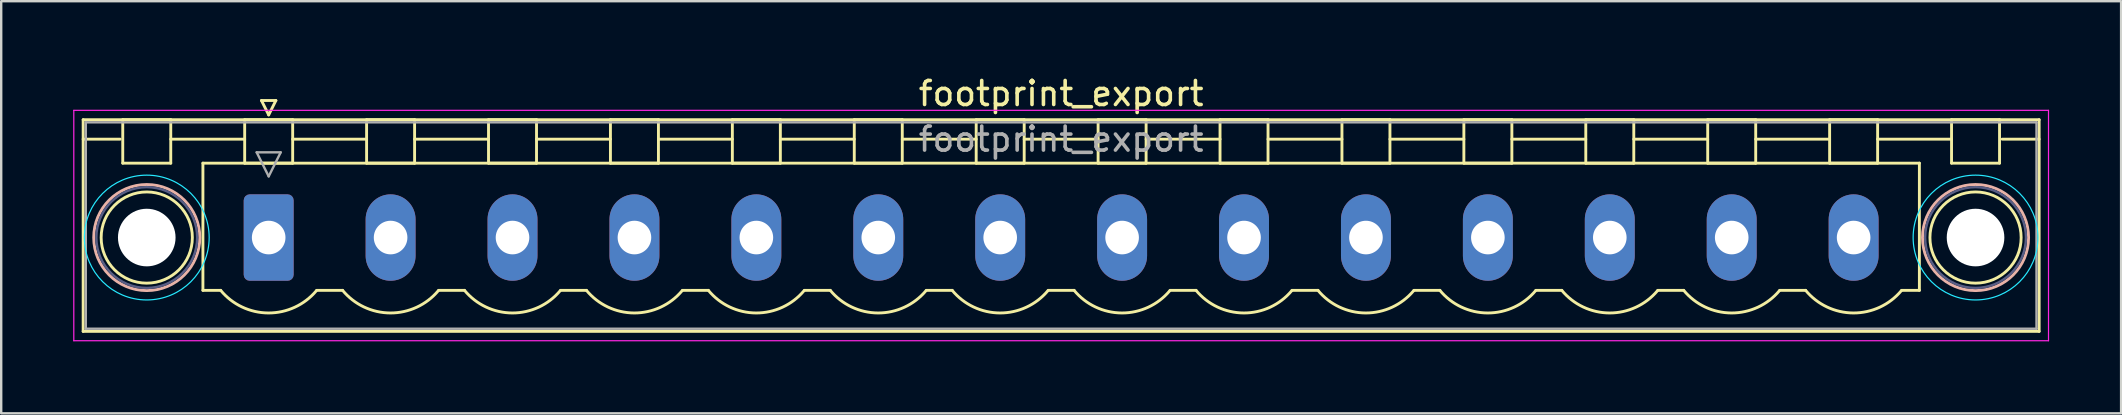
<source format=kicad_pcb>
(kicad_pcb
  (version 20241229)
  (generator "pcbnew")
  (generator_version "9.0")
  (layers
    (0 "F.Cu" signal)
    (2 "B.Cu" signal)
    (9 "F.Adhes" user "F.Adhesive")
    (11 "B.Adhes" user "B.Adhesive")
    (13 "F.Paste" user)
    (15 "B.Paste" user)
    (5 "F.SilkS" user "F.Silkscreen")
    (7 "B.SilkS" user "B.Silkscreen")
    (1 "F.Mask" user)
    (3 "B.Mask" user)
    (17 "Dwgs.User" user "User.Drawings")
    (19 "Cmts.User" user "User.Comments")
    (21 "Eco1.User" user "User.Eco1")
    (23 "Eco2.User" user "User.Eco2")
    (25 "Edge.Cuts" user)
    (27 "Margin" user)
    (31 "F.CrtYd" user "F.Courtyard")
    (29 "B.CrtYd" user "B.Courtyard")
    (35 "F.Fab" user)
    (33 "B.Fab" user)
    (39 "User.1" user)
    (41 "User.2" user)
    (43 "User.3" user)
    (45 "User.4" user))
  (footprint "footprint_export"
    (layer "F.Cu")
    (at 8.145 6.848)
    (property "Reference" "footprint_export" (at 33.02 -6 0) (layer "F.SilkS") (effects (font (size 1 1) (thickness 0.15))))
    (attr through_hole)
    (fp_line (start -7.73 -4.91) (end -7.73 3.91) (stroke (width 0.12) (type solid)) (layer "F.SilkS"))
    (fp_line (start -7.73 -4.1) (end -6.19 -4.1) (stroke (width 0.12) (type solid)) (layer "F.SilkS"))
    (fp_line (start -7.73 3.91) (end 73.77 3.91) (stroke (width 0.12) (type solid)) (layer "F.SilkS"))
    (fp_line (start -6.08 -4.91) (end -4.08 -4.91) (stroke (width 0.12) (type solid)) (layer "F.SilkS"))
    (fp_line (start -6.08 -3.1) (end -6.08 -4.91) (stroke (width 0.12) (type solid)) (layer "F.SilkS"))
    (fp_line (start -4.08 -4.91) (end -4.08 -3.1) (stroke (width 0.12) (type solid)) (layer "F.SilkS"))
    (fp_line (start -4.08 -4.1) (end -1 -4.1) (stroke (width 0.12) (type solid)) (layer "F.SilkS"))
    (fp_line (start -4.08 -3.1) (end -6.08 -3.1) (stroke (width 0.12) (type solid)) (layer "F.SilkS"))
    (fp_line (start -2.74 -3.1) (end 68.78 -3.1) (stroke (width 0.12) (type solid)) (layer "F.SilkS"))
    (fp_line (start -2.74 2.2) (end -2.74 -3.1) (stroke (width 0.12) (type solid)) (layer "F.SilkS"))
    (fp_line (start -2 2.2) (end -2.74 2.2) (stroke (width 0.12) (type solid)) (layer "F.SilkS"))
    (fp_line (start -1 -4.91) (end 1 -4.91) (stroke (width 0.12) (type solid)) (layer "F.SilkS"))
    (fp_line (start -1 -3.1) (end -1 -4.91) (stroke (width 0.12) (type solid)) (layer "F.SilkS"))
    (fp_line (start -0.3 -5.71) (end 0.3 -5.71) (stroke (width 0.12) (type solid)) (layer "F.SilkS"))
    (fp_line (start 0 -5.11) (end -0.3 -5.71) (stroke (width 0.12) (type solid)) (layer "F.SilkS"))
    (fp_line (start 0.3 -5.71) (end 0 -5.11) (stroke (width 0.12) (type solid)) (layer "F.SilkS"))
    (fp_line (start 1 -4.91) (end 1 -3.1) (stroke (width 0.12) (type solid)) (layer "F.SilkS"))
    (fp_line (start 1 -4.1) (end 4.08 -4.1) (stroke (width 0.12) (type solid)) (layer "F.SilkS"))
    (fp_line (start 1 -3.1) (end -1 -3.1) (stroke (width 0.12) (type solid)) (layer "F.SilkS"))
    (fp_line (start 2 2.2) (end 3.08 2.2) (stroke (width 0.12) (type solid)) (layer "F.SilkS"))
    (fp_line (start 4.08 -4.91) (end 6.08 -4.91) (stroke (width 0.12) (type solid)) (layer "F.SilkS"))
    (fp_line (start 4.08 -3.1) (end 4.08 -4.91) (stroke (width 0.12) (type solid)) (layer "F.SilkS"))
    (fp_line (start 6.08 -4.91) (end 6.08 -3.1) (stroke (width 0.12) (type solid)) (layer "F.SilkS"))
    (fp_line (start 6.08 -4.1) (end 9.16 -4.1) (stroke (width 0.12) (type solid)) (layer "F.SilkS"))
    (fp_line (start 6.08 -3.1) (end 4.08 -3.1) (stroke (width 0.12) (type solid)) (layer "F.SilkS"))
    (fp_line (start 7.08 2.2) (end 8.16 2.2) (stroke (width 0.12) (type solid)) (layer "F.SilkS"))
    (fp_line (start 9.16 -4.91) (end 11.16 -4.91) (stroke (width 0.12) (type solid)) (layer "F.SilkS"))
    (fp_line (start 9.16 -3.1) (end 9.16 -4.91) (stroke (width 0.12) (type solid)) (layer "F.SilkS"))
    (fp_line (start 11.16 -4.91) (end 11.16 -3.1) (stroke (width 0.12) (type solid)) (layer "F.SilkS"))
    (fp_line (start 11.16 -4.1) (end 14.24 -4.1) (stroke (width 0.12) (type solid)) (layer "F.SilkS"))
    (fp_line (start 11.16 -3.1) (end 9.16 -3.1) (stroke (width 0.12) (type solid)) (layer "F.SilkS"))
    (fp_line (start 12.16 2.2) (end 13.24 2.2) (stroke (width 0.12) (type solid)) (layer "F.SilkS"))
    (fp_line (start 14.24 -4.91) (end 16.24 -4.91) (stroke (width 0.12) (type solid)) (layer "F.SilkS"))
    (fp_line (start 14.24 -3.1) (end 14.24 -4.91) (stroke (width 0.12) (type solid)) (layer "F.SilkS"))
    (fp_line (start 16.24 -4.91) (end 16.24 -3.1) (stroke (width 0.12) (type solid)) (layer "F.SilkS"))
    (fp_line (start 16.24 -4.1) (end 19.32 -4.1) (stroke (width 0.12) (type solid)) (layer "F.SilkS"))
    (fp_line (start 16.24 -3.1) (end 14.24 -3.1) (stroke (width 0.12) (type solid)) (layer "F.SilkS"))
    (fp_line (start 17.24 2.2) (end 18.32 2.2) (stroke (width 0.12) (type solid)) (layer "F.SilkS"))
    (fp_line (start 19.32 -4.91) (end 21.32 -4.91) (stroke (width 0.12) (type solid)) (layer "F.SilkS"))
    (fp_line (start 19.32 -3.1) (end 19.32 -4.91) (stroke (width 0.12) (type solid)) (layer "F.SilkS"))
    (fp_line (start 21.32 -4.91) (end 21.32 -3.1) (stroke (width 0.12) (type solid)) (layer "F.SilkS"))
    (fp_line (start 21.32 -4.1) (end 24.4 -4.1) (stroke (width 0.12) (type solid)) (layer "F.SilkS"))
    (fp_line (start 21.32 -3.1) (end 19.32 -3.1) (stroke (width 0.12) (type solid)) (layer "F.SilkS"))
    (fp_line (start 22.32 2.2) (end 23.4 2.2) (stroke (width 0.12) (type solid)) (layer "F.SilkS"))
    (fp_line (start 24.4 -4.91) (end 26.4 -4.91) (stroke (width 0.12) (type solid)) (layer "F.SilkS"))
    (fp_line (start 24.4 -3.1) (end 24.4 -4.91) (stroke (width 0.12) (type solid)) (layer "F.SilkS"))
    (fp_line (start 26.4 -4.91) (end 26.4 -3.1) (stroke (width 0.12) (type solid)) (layer "F.SilkS"))
    (fp_line (start 26.4 -4.1) (end 29.48 -4.1) (stroke (width 0.12) (type solid)) (layer "F.SilkS"))
    (fp_line (start 26.4 -3.1) (end 24.4 -3.1) (stroke (width 0.12) (type solid)) (layer "F.SilkS"))
    (fp_line (start 27.4 2.2) (end 28.48 2.2) (stroke (width 0.12) (type solid)) (layer "F.SilkS"))
    (fp_line (start 29.48 -4.91) (end 31.48 -4.91) (stroke (width 0.12) (type solid)) (layer "F.SilkS"))
    (fp_line (start 29.48 -3.1) (end 29.48 -4.91) (stroke (width 0.12) (type solid)) (layer "F.SilkS"))
    (fp_line (start 31.48 -4.91) (end 31.48 -3.1) (stroke (width 0.12) (type solid)) (layer "F.SilkS"))
    (fp_line (start 31.48 -4.1) (end 34.56 -4.1) (stroke (width 0.12) (type solid)) (layer "F.SilkS"))
    (fp_line (start 31.48 -3.1) (end 29.48 -3.1) (stroke (width 0.12) (type solid)) (layer "F.SilkS"))
    (fp_line (start 32.48 2.2) (end 33.56 2.2) (stroke (width 0.12) (type solid)) (layer "F.SilkS"))
    (fp_line (start 34.56 -4.91) (end 36.56 -4.91) (stroke (width 0.12) (type solid)) (layer "F.SilkS"))
    (fp_line (start 34.56 -3.1) (end 34.56 -4.91) (stroke (width 0.12) (type solid)) (layer "F.SilkS"))
    (fp_line (start 36.56 -4.91) (end 36.56 -3.1) (stroke (width 0.12) (type solid)) (layer "F.SilkS"))
    (fp_line (start 36.56 -4.1) (end 39.64 -4.1) (stroke (width 0.12) (type solid)) (layer "F.SilkS"))
    (fp_line (start 36.56 -3.1) (end 34.56 -3.1) (stroke (width 0.12) (type solid)) (layer "F.SilkS"))
    (fp_line (start 37.56 2.2) (end 38.64 2.2) (stroke (width 0.12) (type solid)) (layer "F.SilkS"))
    (fp_line (start 39.64 -4.91) (end 41.64 -4.91) (stroke (width 0.12) (type solid)) (layer "F.SilkS"))
    (fp_line (start 39.64 -3.1) (end 39.64 -4.91) (stroke (width 0.12) (type solid)) (layer "F.SilkS"))
    (fp_line (start 41.64 -4.91) (end 41.64 -3.1) (stroke (width 0.12) (type solid)) (layer "F.SilkS"))
    (fp_line (start 41.64 -4.1) (end 44.72 -4.1) (stroke (width 0.12) (type solid)) (layer "F.SilkS"))
    (fp_line (start 41.64 -3.1) (end 39.64 -3.1) (stroke (width 0.12) (type solid)) (layer "F.SilkS"))
    (fp_line (start 42.64 2.2) (end 43.72 2.2) (stroke (width 0.12) (type solid)) (layer "F.SilkS"))
    (fp_line (start 44.72 -4.91) (end 46.72 -4.91) (stroke (width 0.12) (type solid)) (layer "F.SilkS"))
    (fp_line (start 44.72 -3.1) (end 44.72 -4.91) (stroke (width 0.12) (type solid)) (layer "F.SilkS"))
    (fp_line (start 46.72 -4.91) (end 46.72 -3.1) (stroke (width 0.12) (type solid)) (layer "F.SilkS"))
    (fp_line (start 46.72 -4.1) (end 49.8 -4.1) (stroke (width 0.12) (type solid)) (layer "F.SilkS"))
    (fp_line (start 46.72 -3.1) (end 44.72 -3.1) (stroke (width 0.12) (type solid)) (layer "F.SilkS"))
    (fp_line (start 47.72 2.2) (end 48.8 2.2) (stroke (width 0.12) (type solid)) (layer "F.SilkS"))
    (fp_line (start 49.8 -4.91) (end 51.8 -4.91) (stroke (width 0.12) (type solid)) (layer "F.SilkS"))
    (fp_line (start 49.8 -3.1) (end 49.8 -4.91) (stroke (width 0.12) (type solid)) (layer "F.SilkS"))
    (fp_line (start 51.8 -4.91) (end 51.8 -3.1) (stroke (width 0.12) (type solid)) (layer "F.SilkS"))
    (fp_line (start 51.8 -4.1) (end 54.88 -4.1) (stroke (width 0.12) (type solid)) (layer "F.SilkS"))
    (fp_line (start 51.8 -3.1) (end 49.8 -3.1) (stroke (width 0.12) (type solid)) (layer "F.SilkS"))
    (fp_line (start 52.8 2.2) (end 53.88 2.2) (stroke (width 0.12) (type solid)) (layer "F.SilkS"))
    (fp_line (start 54.88 -4.91) (end 56.88 -4.91) (stroke (width 0.12) (type solid)) (layer "F.SilkS"))
    (fp_line (start 54.88 -3.1) (end 54.88 -4.91) (stroke (width 0.12) (type solid)) (layer "F.SilkS"))
    (fp_line (start 56.88 -4.91) (end 56.88 -3.1) (stroke (width 0.12) (type solid)) (layer "F.SilkS"))
    (fp_line (start 56.88 -4.1) (end 59.96 -4.1) (stroke (width 0.12) (type solid)) (layer "F.SilkS"))
    (fp_line (start 56.88 -3.1) (end 54.88 -3.1) (stroke (width 0.12) (type solid)) (layer "F.SilkS"))
    (fp_line (start 57.88 2.2) (end 58.96 2.2) (stroke (width 0.12) (type solid)) (layer "F.SilkS"))
    (fp_line (start 59.96 -4.91) (end 61.96 -4.91) (stroke (width 0.12) (type solid)) (layer "F.SilkS"))
    (fp_line (start 59.96 -3.1) (end 59.96 -4.91) (stroke (width 0.12) (type solid)) (layer "F.SilkS"))
    (fp_line (start 61.96 -4.91) (end 61.96 -3.1) (stroke (width 0.12) (type solid)) (layer "F.SilkS"))
    (fp_line (start 61.96 -4.1) (end 65.04 -4.1) (stroke (width 0.12) (type solid)) (layer "F.SilkS"))
    (fp_line (start 61.96 -3.1) (end 59.96 -3.1) (stroke (width 0.12) (type solid)) (layer "F.SilkS"))
    (fp_line (start 62.96 2.2) (end 64.04 2.2) (stroke (width 0.12) (type solid)) (layer "F.SilkS"))
    (fp_line (start 65.04 -4.91) (end 67.04 -4.91) (stroke (width 0.12) (type solid)) (layer "F.SilkS"))
    (fp_line (start 65.04 -3.1) (end 65.04 -4.91) (stroke (width 0.12) (type solid)) (layer "F.SilkS"))
    (fp_line (start 67.04 -4.91) (end 67.04 -3.1) (stroke (width 0.12) (type solid)) (layer "F.SilkS"))
    (fp_line (start 67.04 -4.1) (end 70.12 -4.1) (stroke (width 0.12) (type solid)) (layer "F.SilkS"))
    (fp_line (start 67.04 -3.1) (end 65.04 -3.1) (stroke (width 0.12) (type solid)) (layer "F.SilkS"))
    (fp_line (start 68.78 -3.1) (end 68.78 2.2) (stroke (width 0.12) (type solid)) (layer "F.SilkS"))
    (fp_line (start 68.78 2.2) (end 68.04 2.2) (stroke (width 0.12) (type solid)) (layer "F.SilkS"))
    (fp_line (start 70.12 -4.91) (end 72.12 -4.91) (stroke (width 0.12) (type solid)) (layer "F.SilkS"))
    (fp_line (start 70.12 -3.1) (end 70.12 -4.91) (stroke (width 0.12) (type solid)) (layer "F.SilkS"))
    (fp_line (start 72.12 -4.91) (end 72.12 -3.1) (stroke (width 0.12) (type solid)) (layer "F.SilkS"))
    (fp_line (start 72.12 -3.1) (end 70.12 -3.1) (stroke (width 0.12) (type solid)) (layer "F.SilkS"))
    (fp_line (start 73.77 -4.91) (end -7.73 -4.91) (stroke (width 0.12) (type solid)) (layer "F.SilkS"))
    (fp_line (start 73.77 -4.1) (end 72.23 -4.1) (stroke (width 0.12) (type solid)) (layer "F.SilkS"))
    (fp_line (start 73.77 3.91) (end 73.77 -4.91) (stroke (width 0.12) (type solid)) (layer "F.SilkS"))
    (fp_arc (start 1.986842 2.215821) (mid -0.010289 3.142758) (end -2 2.2) (stroke (width 0.12) (type solid)) (layer "F.SilkS"))
    (fp_arc (start 7.066842 2.215821) (mid 5.069711 3.142758) (end 3.08 2.2) (stroke (width 0.12) (type solid)) (layer "F.SilkS"))
    (fp_arc (start 12.146842 2.215821) (mid 10.149711 3.142758) (end 8.16 2.2) (stroke (width 0.12) (type solid)) (layer "F.SilkS"))
    (fp_arc (start 17.226842 2.215821) (mid 15.229711 3.142758) (end 13.24 2.2) (stroke (width 0.12) (type solid)) (layer "F.SilkS"))
    (fp_arc (start 22.306842 2.215821) (mid 20.309711 3.142758) (end 18.32 2.2) (stroke (width 0.12) (type solid)) (layer "F.SilkS"))
    (fp_arc (start 27.386842 2.215821) (mid 25.389711 3.142758) (end 23.4 2.2) (stroke (width 0.12) (type solid)) (layer "F.SilkS"))
    (fp_arc (start 32.466842 2.215821) (mid 30.469711 3.142758) (end 28.48 2.2) (stroke (width 0.12) (type solid)) (layer "F.SilkS"))
    (fp_arc (start 37.546842 2.215821) (mid 35.549711 3.142758) (end 33.56 2.2) (stroke (width 0.12) (type solid)) (layer "F.SilkS"))
    (fp_arc (start 42.626842 2.215821) (mid 40.629711 3.142758) (end 38.64 2.2) (stroke (width 0.12) (type solid)) (layer "F.SilkS"))
    (fp_arc (start 47.706842 2.215821) (mid 45.709711 3.142758) (end 43.72 2.2) (stroke (width 0.12) (type solid)) (layer "F.SilkS"))
    (fp_arc (start 52.786842 2.215821) (mid 50.789711 3.142758) (end 48.8 2.2) (stroke (width 0.12) (type solid)) (layer "F.SilkS"))
    (fp_arc (start 57.866842 2.215821) (mid 55.869711 3.142758) (end 53.88 2.2) (stroke (width 0.12) (type solid)) (layer "F.SilkS"))
    (fp_arc (start 62.946842 2.215821) (mid 60.949711 3.142758) (end 58.96 2.2) (stroke (width 0.12) (type solid)) (layer "F.SilkS"))
    (fp_arc (start 68.026842 2.215821) (mid 66.029711 3.142758) (end 64.04 2.2) (stroke (width 0.12) (type solid)) (layer "F.SilkS"))
    (fp_circle (center -5.08 0) (end -3.18 0) (stroke (width 0.12) (type solid)) (fill no) (layer "F.SilkS"))
    (fp_circle (center 71.12 0) (end 73.02 0) (stroke (width 0.12) (type solid)) (fill no) (layer "F.SilkS"))
    (fp_circle (center -5.08 0) (end -2.87 0) (stroke (width 0.12) (type solid)) (fill no) (layer "B.SilkS"))
    (fp_circle (center 71.12 0) (end 73.33 0) (stroke (width 0.12) (type solid)) (fill no) (layer "B.SilkS"))
    (fp_circle (center -5.08 0) (end -2.48 0) (stroke (width 0.05) (type solid)) (fill no) (layer "B.CrtYd"))
    (fp_circle (center 71.12 0) (end 73.72 0) (stroke (width 0.05) (type solid)) (fill no) (layer "B.CrtYd"))
    (fp_line (start -8.12 -5.3) (end -8.12 4.3) (stroke (width 0.05) (type solid)) (layer "F.CrtYd"))
    (fp_line (start -8.12 4.3) (end 74.16 4.3) (stroke (width 0.05) (type solid)) (layer "F.CrtYd"))
    (fp_line (start 74.16 -5.3) (end -8.12 -5.3) (stroke (width 0.05) (type solid)) (layer "F.CrtYd"))
    (fp_line (start 74.16 4.3) (end 74.16 -5.3) (stroke (width 0.05) (type solid)) (layer "F.CrtYd"))
    (fp_circle (center -5.08 0) (end -2.98 0) (stroke (width 0.1) (type solid)) (fill no) (layer "B.Fab"))
    (fp_circle (center 71.12 0) (end 73.22 0) (stroke (width 0.1) (type solid)) (fill no) (layer "B.Fab"))
    (fp_line (start -7.62 -4.8) (end -7.62 3.8) (stroke (width 0.1) (type solid)) (layer "F.Fab"))
    (fp_line (start -7.62 3.8) (end 73.66 3.8) (stroke (width 0.1) (type solid)) (layer "F.Fab"))
    (fp_line (start -0.5 -3.55) (end 0.5 -3.55) (stroke (width 0.1) (type solid)) (layer "F.Fab"))
    (fp_line (start 0 -2.55) (end -0.5 -3.55) (stroke (width 0.1) (type solid)) (layer "F.Fab"))
    (fp_line (start 0.5 -3.55) (end 0 -2.55) (stroke (width 0.1) (type solid)) (layer "F.Fab"))
    (fp_line (start 73.66 -4.8) (end -7.62 -4.8) (stroke (width 0.1) (type solid)) (layer "F.Fab"))
    (fp_line (start 73.66 3.8) (end 73.66 -4.8) (stroke (width 0.1) (type solid)) (layer "F.Fab"))
    (fp_text user "${REFERENCE}" (at 33.02 -4.1 0) (layer "F.Fab") (effects (font (size 1 1) (thickness 0.15))))
    (pad "" np_thru_hole circle (at -5.08 0) (size 2.4 2.4) (drill 2.4) (layers "*.Cu" "*.Mask"))
    (pad "" np_thru_hole circle (at 71.12 0) (size 2.4 2.4) (drill 2.4) (layers "*.Cu" "*.Mask"))
    (pad "1" thru_hole roundrect (at 0 0) (size 2.08 3.6) (drill 1.4) (layers "*.Cu" "*.Mask") (roundrect_rratio 0.12))
    (pad "2" thru_hole oval (at 5.08 0) (size 2.08 3.6) (drill 1.4) (layers "*.Cu" "*.Mask"))
    (pad "3" thru_hole oval (at 10.16 0) (size 2.08 3.6) (drill 1.4) (layers "*.Cu" "*.Mask"))
    (pad "4" thru_hole oval (at 15.24 0) (size 2.08 3.6) (drill 1.4) (layers "*.Cu" "*.Mask"))
    (pad "5" thru_hole oval (at 20.32 0) (size 2.08 3.6) (drill 1.4) (layers "*.Cu" "*.Mask"))
    (pad "6" thru_hole oval (at 25.4 0) (size 2.08 3.6) (drill 1.4) (layers "*.Cu" "*.Mask"))
    (pad "7" thru_hole oval (at 30.48 0) (size 2.08 3.6) (drill 1.4) (layers "*.Cu" "*.Mask"))
    (pad "8" thru_hole oval (at 35.56 0) (size 2.08 3.6) (drill 1.4) (layers "*.Cu" "*.Mask"))
    (pad "9" thru_hole oval (at 40.64 0) (size 2.08 3.6) (drill 1.4) (layers "*.Cu" "*.Mask"))
    (pad "10" thru_hole oval (at 45.72 0) (size 2.08 3.6) (drill 1.4) (layers "*.Cu" "*.Mask"))
    (pad "11" thru_hole oval (at 50.8 0) (size 2.08 3.6) (drill 1.4) (layers "*.Cu" "*.Mask"))
    (pad "12" thru_hole oval (at 55.88 0) (size 2.08 3.6) (drill 1.4) (layers "*.Cu" "*.Mask"))
    (pad "13" thru_hole oval (at 60.96 0) (size 2.08 3.6) (drill 1.4) (layers "*.Cu" "*.Mask"))
    (pad "14" thru_hole oval (at 66.04 0) (size 2.08 3.6) (drill 1.4) (layers "*.Cu" "*.Mask")))
  (gr_rect
    (start -3 -3)
    (end 85.33 14.173)
    (stroke (width 0.1) (type default))
    (fill no)
    (layer "Edge.Cuts")))
</source>
